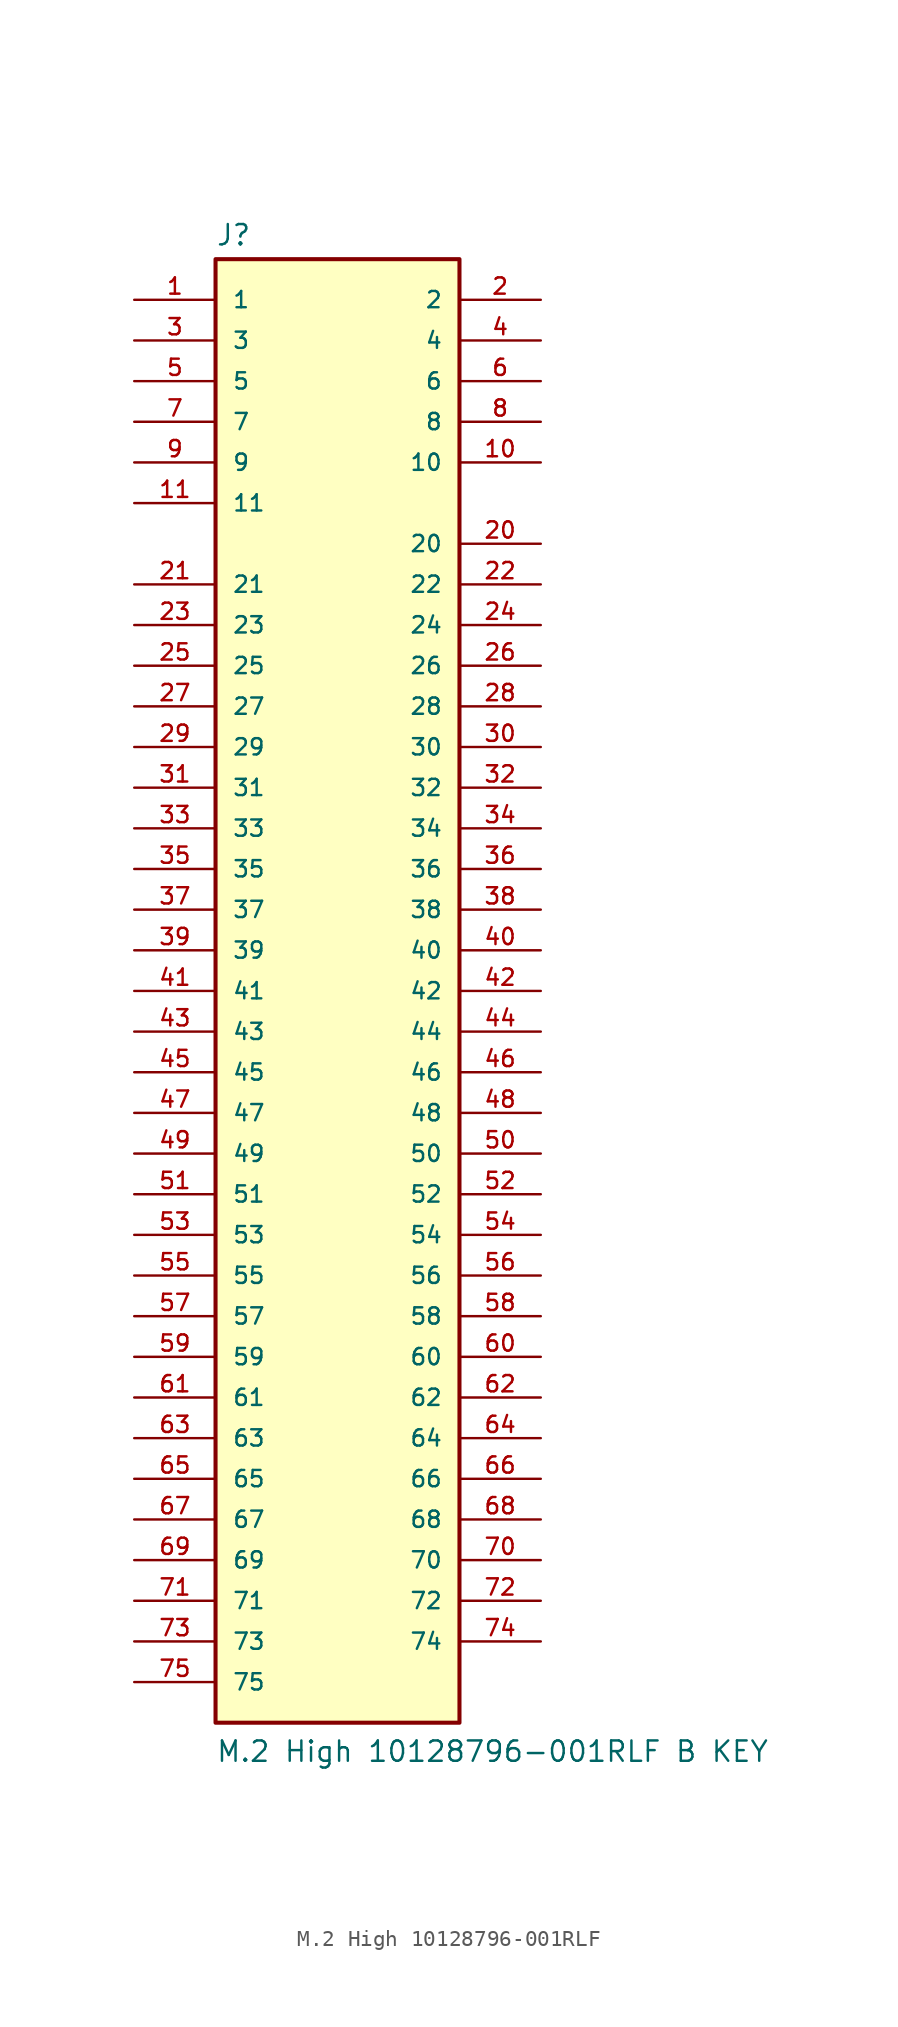
<source format=kicad_sym>
(kicad_symbol_lib
  (version 20231120)
  (generator "kicad_symbol_editor")
  (generator_version "8.0")
  (symbol "M.2 High 10128796-001RLF"
    (pin_names
      (offset 1.016))
    (property "Reference" "J"
      (at -7.62 46.482 0)
      (effects (font (size 1.27 1.27)) (justify left bottom)))
    (property "Value" "M.2 High 10128796-001RLF B KEY"
      (at -7.62 -48.26 0)
      (effects (font (size 1.27 1.27)) (justify left bottom)))
    (symbol "M.2 High 10128796-001RLF_0_0"
      (rectangle (start -7.62 -45.72) (end 7.62 45.72) (stroke (width 0.254) (type default)) (fill (type background)))
      (pin passive line (at -12.7 43.18 0) (length 5.08) (name "1" (effects (font (size 1.016 1.016)))) (number "1" (effects (font (size 1.016 1.016)))))
      (pin passive line (at 12.7 33.02 180) (length 5.08) (name "10" (effects (font (size 1.016 1.016)))) (number "10" (effects (font (size 1.016 1.016)))))
      (pin passive line (at -12.7 30.48 0) (length 5.08) (name "11" (effects (font (size 1.016 1.016)))) (number "11" (effects (font (size 1.016 1.016)))))
      (pin passive line (at 12.7 43.18 180) (length 5.08) (name "2" (effects (font (size 1.016 1.016)))) (number "2" (effects (font (size 1.016 1.016)))))
      (pin passive line (at 12.7 27.94 180) (length 5.08) (name "20" (effects (font (size 1.016 1.016)))) (number "20" (effects (font (size 1.016 1.016)))))
      (pin passive line (at -12.7 25.4 0) (length 5.08) (name "21" (effects (font (size 1.016 1.016)))) (number "21" (effects (font (size 1.016 1.016)))))
      (pin passive line (at 12.7 25.4 180) (length 5.08) (name "22" (effects (font (size 1.016 1.016)))) (number "22" (effects (font (size 1.016 1.016)))))
      (pin passive line (at -12.7 22.86 0) (length 5.08) (name "23" (effects (font (size 1.016 1.016)))) (number "23" (effects (font (size 1.016 1.016)))))
      (pin passive line (at 12.7 22.86 180) (length 5.08) (name "24" (effects (font (size 1.016 1.016)))) (number "24" (effects (font (size 1.016 1.016)))))
      (pin passive line (at -12.7 20.32 0) (length 5.08) (name "25" (effects (font (size 1.016 1.016)))) (number "25" (effects (font (size 1.016 1.016)))))
      (pin passive line (at 12.7 20.32 180) (length 5.08) (name "26" (effects (font (size 1.016 1.016)))) (number "26" (effects (font (size 1.016 1.016)))))
      (pin passive line (at -12.7 17.78 0) (length 5.08) (name "27" (effects (font (size 1.016 1.016)))) (number "27" (effects (font (size 1.016 1.016)))))
      (pin passive line (at 12.7 17.78 180) (length 5.08) (name "28" (effects (font (size 1.016 1.016)))) (number "28" (effects (font (size 1.016 1.016)))))
      (pin passive line (at -12.7 15.24 0) (length 5.08) (name "29" (effects (font (size 1.016 1.016)))) (number "29" (effects (font (size 1.016 1.016)))))
      (pin passive line (at -12.7 40.64 0) (length 5.08) (name "3" (effects (font (size 1.016 1.016)))) (number "3" (effects (font (size 1.016 1.016)))))
      (pin passive line (at 12.7 15.24 180) (length 5.08) (name "30" (effects (font (size 1.016 1.016)))) (number "30" (effects (font (size 1.016 1.016)))))
      (pin passive line (at -12.7 12.7 0) (length 5.08) (name "31" (effects (font (size 1.016 1.016)))) (number "31" (effects (font (size 1.016 1.016)))))
      (pin passive line (at 12.7 12.7 180) (length 5.08) (name "32" (effects (font (size 1.016 1.016)))) (number "32" (effects (font (size 1.016 1.016)))))
      (pin passive line (at -12.7 10.16 0) (length 5.08) (name "33" (effects (font (size 1.016 1.016)))) (number "33" (effects (font (size 1.016 1.016)))))
      (pin passive line (at 12.7 10.16 180) (length 5.08) (name "34" (effects (font (size 1.016 1.016)))) (number "34" (effects (font (size 1.016 1.016)))))
      (pin passive line (at -12.7 7.62 0) (length 5.08) (name "35" (effects (font (size 1.016 1.016)))) (number "35" (effects (font (size 1.016 1.016)))))
      (pin passive line (at 12.7 7.62 180) (length 5.08) (name "36" (effects (font (size 1.016 1.016)))) (number "36" (effects (font (size 1.016 1.016)))))
      (pin passive line (at -12.7 5.08 0) (length 5.08) (name "37" (effects (font (size 1.016 1.016)))) (number "37" (effects (font (size 1.016 1.016)))))
      (pin passive line (at 12.7 5.08 180) (length 5.08) (name "38" (effects (font (size 1.016 1.016)))) (number "38" (effects (font (size 1.016 1.016)))))
      (pin passive line (at -12.7 2.54 0) (length 5.08) (name "39" (effects (font (size 1.016 1.016)))) (number "39" (effects (font (size 1.016 1.016)))))
      (pin passive line (at 12.7 40.64 180) (length 5.08) (name "4" (effects (font (size 1.016 1.016)))) (number "4" (effects (font (size 1.016 1.016)))))
      (pin passive line (at 12.7 2.54 180) (length 5.08) (name "40" (effects (font (size 1.016 1.016)))) (number "40" (effects (font (size 1.016 1.016)))))
      (pin passive line (at -12.7 0 0) (length 5.08) (name "41" (effects (font (size 1.016 1.016)))) (number "41" (effects (font (size 1.016 1.016)))))
      (pin passive line (at 12.7 0 180) (length 5.08) (name "42" (effects (font (size 1.016 1.016)))) (number "42" (effects (font (size 1.016 1.016)))))
      (pin passive line (at -12.7 -2.54 0) (length 5.08) (name "43" (effects (font (size 1.016 1.016)))) (number "43" (effects (font (size 1.016 1.016)))))
      (pin passive line (at 12.7 -2.54 180) (length 5.08) (name "44" (effects (font (size 1.016 1.016)))) (number "44" (effects (font (size 1.016 1.016)))))
      (pin passive line (at -12.7 -5.08 0) (length 5.08) (name "45" (effects (font (size 1.016 1.016)))) (number "45" (effects (font (size 1.016 1.016)))))
      (pin passive line (at 12.7 -5.08 180) (length 5.08) (name "46" (effects (font (size 1.016 1.016)))) (number "46" (effects (font (size 1.016 1.016)))))
      (pin passive line (at -12.7 -7.62 0) (length 5.08) (name "47" (effects (font (size 1.016 1.016)))) (number "47" (effects (font (size 1.016 1.016)))))
      (pin passive line (at 12.7 -7.62 180) (length 5.08) (name "48" (effects (font (size 1.016 1.016)))) (number "48" (effects (font (size 1.016 1.016)))))
      (pin passive line (at -12.7 -10.16 0) (length 5.08) (name "49" (effects (font (size 1.016 1.016)))) (number "49" (effects (font (size 1.016 1.016)))))
      (pin passive line (at -12.7 38.1 0) (length 5.08) (name "5" (effects (font (size 1.016 1.016)))) (number "5" (effects (font (size 1.016 1.016)))))
      (pin passive line (at 12.7 -10.16 180) (length 5.08) (name "50" (effects (font (size 1.016 1.016)))) (number "50" (effects (font (size 1.016 1.016)))))
      (pin passive line (at -12.7 -12.7 0) (length 5.08) (name "51" (effects (font (size 1.016 1.016)))) (number "51" (effects (font (size 1.016 1.016)))))
      (pin passive line (at 12.7 -12.7 180) (length 5.08) (name "52" (effects (font (size 1.016 1.016)))) (number "52" (effects (font (size 1.016 1.016)))))
      (pin passive line (at -12.7 -15.24 0) (length 5.08) (name "53" (effects (font (size 1.016 1.016)))) (number "53" (effects (font (size 1.016 1.016)))))
      (pin passive line (at 12.7 -15.24 180) (length 5.08) (name "54" (effects (font (size 1.016 1.016)))) (number "54" (effects (font (size 1.016 1.016)))))
      (pin passive line (at -12.7 -17.78 0) (length 5.08) (name "55" (effects (font (size 1.016 1.016)))) (number "55" (effects (font (size 1.016 1.016)))))
      (pin passive line (at 12.7 -17.78 180) (length 5.08) (name "56" (effects (font (size 1.016 1.016)))) (number "56" (effects (font (size 1.016 1.016)))))
      (pin passive line (at -12.7 -20.32 0) (length 5.08) (name "57" (effects (font (size 1.016 1.016)))) (number "57" (effects (font (size 1.016 1.016)))))
      (pin passive line (at 12.7 -20.32 180) (length 5.08) (name "58" (effects (font (size 1.016 1.016)))) (number "58" (effects (font (size 1.016 1.016)))))
      (pin passive line (at -12.7 -22.86 0) (length 5.08) (name "59" (effects (font (size 1.016 1.016)))) (number "59" (effects (font (size 1.016 1.016)))))
      (pin passive line (at 12.7 38.1 180) (length 5.08) (name "6" (effects (font (size 1.016 1.016)))) (number "6" (effects (font (size 1.016 1.016)))))
      (pin passive line (at 12.7 -22.86 180) (length 5.08) (name "60" (effects (font (size 1.016 1.016)))) (number "60" (effects (font (size 1.016 1.016)))))
      (pin passive line (at -12.7 -25.4 0) (length 5.08) (name "61" (effects (font (size 1.016 1.016)))) (number "61" (effects (font (size 1.016 1.016)))))
      (pin passive line (at 12.7 -25.4 180) (length 5.08) (name "62" (effects (font (size 1.016 1.016)))) (number "62" (effects (font (size 1.016 1.016)))))
      (pin passive line (at -12.7 -27.94 0) (length 5.08) (name "63" (effects (font (size 1.016 1.016)))) (number "63" (effects (font (size 1.016 1.016)))))
      (pin passive line (at 12.7 -27.94 180) (length 5.08) (name "64" (effects (font (size 1.016 1.016)))) (number "64" (effects (font (size 1.016 1.016)))))
      (pin passive line (at -12.7 -30.48 0) (length 5.08) (name "65" (effects (font (size 1.016 1.016)))) (number "65" (effects (font (size 1.016 1.016)))))
      (pin passive line (at 12.7 -30.48 180) (length 5.08) (name "66" (effects (font (size 1.016 1.016)))) (number "66" (effects (font (size 1.016 1.016)))))
      (pin passive line (at -12.7 -33.02 0) (length 5.08) (name "67" (effects (font (size 1.016 1.016)))) (number "67" (effects (font (size 1.016 1.016)))))
      (pin passive line (at 12.7 -33.02 180) (length 5.08) (name "68" (effects (font (size 1.016 1.016)))) (number "68" (effects (font (size 1.016 1.016)))))
      (pin passive line (at -12.7 -35.56 0) (length 5.08) (name "69" (effects (font (size 1.016 1.016)))) (number "69" (effects (font (size 1.016 1.016)))))
      (pin passive line (at -12.7 35.56 0) (length 5.08) (name "7" (effects (font (size 1.016 1.016)))) (number "7" (effects (font (size 1.016 1.016)))))
      (pin passive line (at 12.7 -35.56 180) (length 5.08) (name "70" (effects (font (size 1.016 1.016)))) (number "70" (effects (font (size 1.016 1.016)))))
      (pin passive line (at -12.7 -38.1 0) (length 5.08) (name "71" (effects (font (size 1.016 1.016)))) (number "71" (effects (font (size 1.016 1.016)))))
      (pin passive line (at 12.7 -38.1 180) (length 5.08) (name "72" (effects (font (size 1.016 1.016)))) (number "72" (effects (font (size 1.016 1.016)))))
      (pin passive line (at -12.7 -40.64 0) (length 5.08) (name "73" (effects (font (size 1.016 1.016)))) (number "73" (effects (font (size 1.016 1.016)))))
      (pin passive line (at 12.7 -40.64 180) (length 5.08) (name "74" (effects (font (size 1.016 1.016)))) (number "74" (effects (font (size 1.016 1.016)))))
      (pin passive line (at -12.7 -43.18 0) (length 5.08) (name "75" (effects (font (size 1.016 1.016)))) (number "75" (effects (font (size 1.016 1.016)))))
      (pin passive line (at 12.7 35.56 180) (length 5.08) (name "8" (effects (font (size 1.016 1.016)))) (number "8" (effects (font (size 1.016 1.016)))))
      (pin passive line (at -12.7 33.02 0) (length 5.08) (name "9" (effects (font (size 1.016 1.016)))) (number "9" (effects (font (size 1.016 1.016))))))))
</source>
